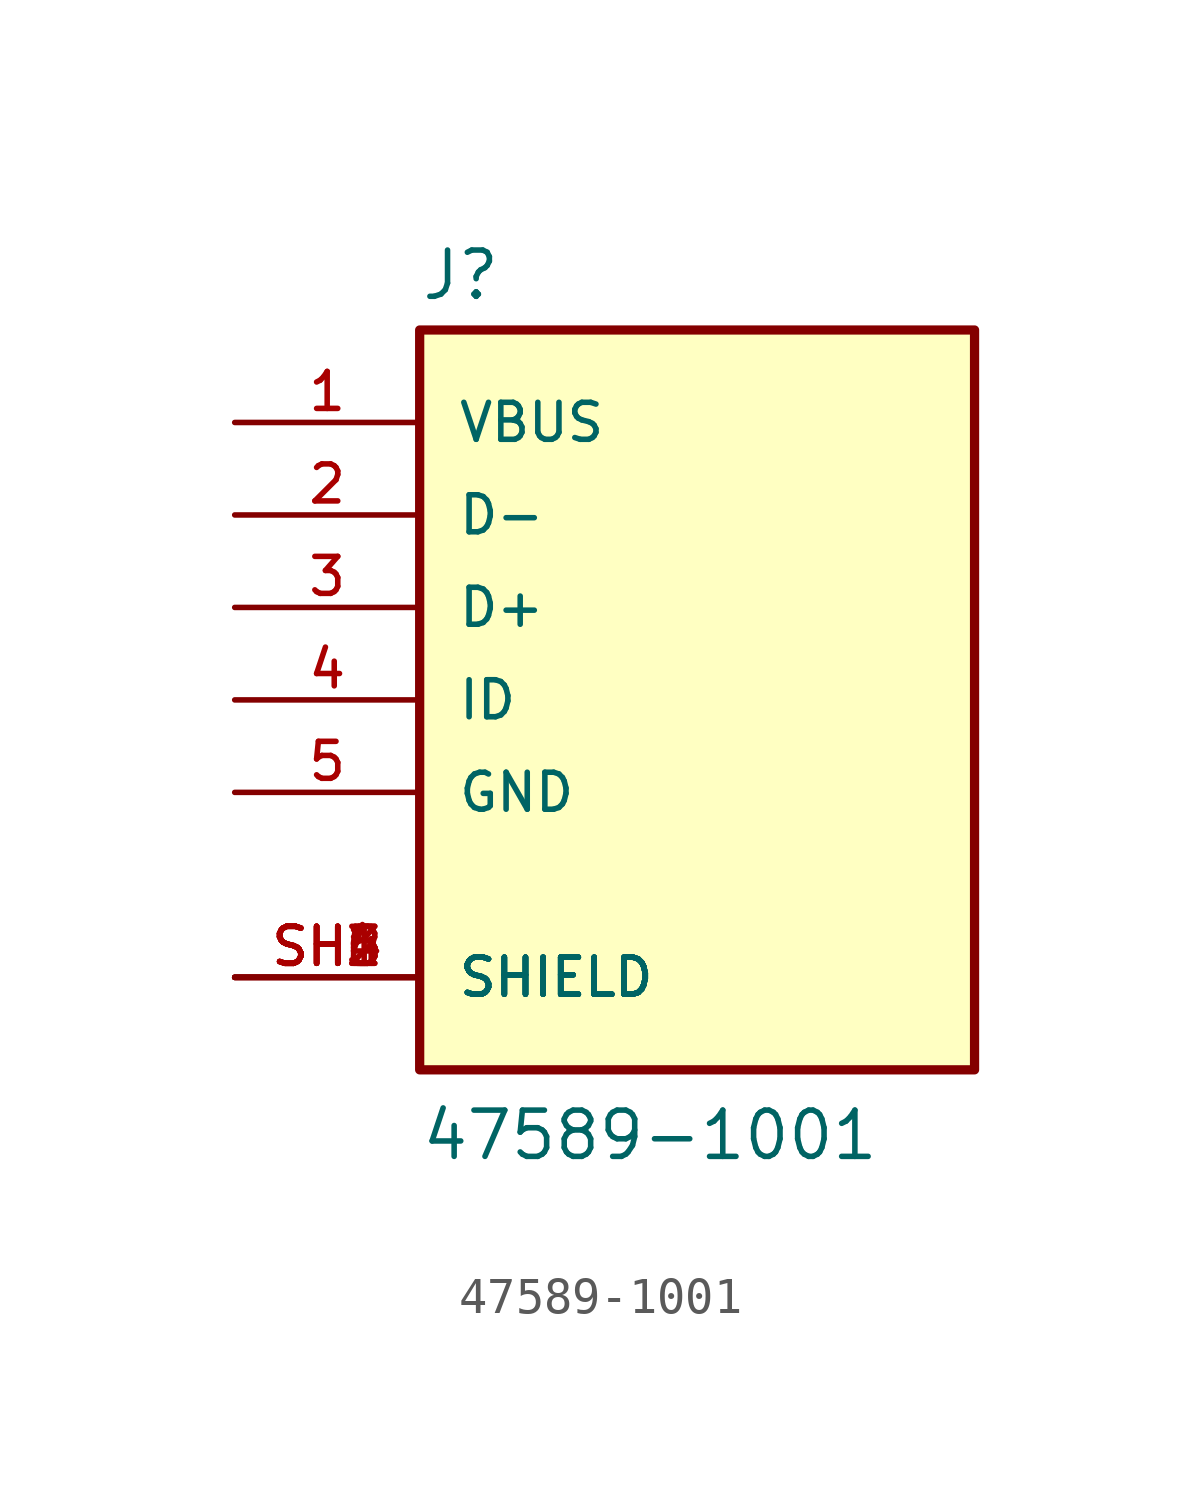
<source format=kicad_sym>
(kicad_symbol_lib
  (version 20211014)
  (generator kicad_symbol_editor)
  (symbol "47589-1001"
    (pin_names
      (offset 1.016))
    (property "Reference" "J"
      (at -7.62 10.922 0)
      (effects (font (size 1.27 1.27)) (justify bottom left)))
    (property "Value" "47589-1001"
      (at -7.62 -12.7 0)
      (effects (font (size 1.27 1.27)) (justify bottom left)))
    (symbol "47589-1001_0_0"
      (rectangle (start -7.62 -10.16) (end 7.62 10.16) (stroke (width 0.254)) (fill (type background)))
      (pin passive line (at -12.7 7.62 0) (length 5.08) (name "VBUS" (effects (font (size 1.016 1.016)))) (number "1" (effects (font (size 1.016 1.016)))))
      (pin passive line (at -12.7 5.08 0) (length 5.08) (name "D-" (effects (font (size 1.016 1.016)))) (number "2" (effects (font (size 1.016 1.016)))))
      (pin passive line (at -12.7 2.54 0) (length 5.08) (name "D+" (effects (font (size 1.016 1.016)))) (number "3" (effects (font (size 1.016 1.016)))))
      (pin passive line (at -12.7 0.0 0) (length 5.08) (name "ID" (effects (font (size 1.016 1.016)))) (number "4" (effects (font (size 1.016 1.016)))))
      (pin passive line (at -12.7 -2.54 0) (length 5.08) (name "GND" (effects (font (size 1.016 1.016)))) (number "5" (effects (font (size 1.016 1.016)))))
      (pin passive line (at -12.7 -7.62 0) (length 5.08) (name "SHIELD" (effects (font (size 1.016 1.016)))) (number "SH1" (effects (font (size 1.016 1.016)))))
      (pin passive line (at -12.7 -7.62 0) (length 5.08) (name "SHIELD" (effects (font (size 1.016 1.016)))) (number "SH2" (effects (font (size 1.016 1.016)))))
      (pin passive line (at -12.7 -7.62 0) (length 5.08) (name "SHIELD" (effects (font (size 1.016 1.016)))) (number "SH3" (effects (font (size 1.016 1.016)))))
      (pin passive line (at -12.7 -7.62 0) (length 5.08) (name "SHIELD" (effects (font (size 1.016 1.016)))) (number "SH4" (effects (font (size 1.016 1.016)))))
      (pin passive line (at -12.7 -7.62 0) (length 5.08) (name "SHIELD" (effects (font (size 1.016 1.016)))) (number "SH5" (effects (font (size 1.016 1.016)))))
      (pin passive line (at -12.7 -7.62 0) (length 5.08) (name "SHIELD" (effects (font (size 1.016 1.016)))) (number "SH6" (effects (font (size 1.016 1.016))))))))
</source>
